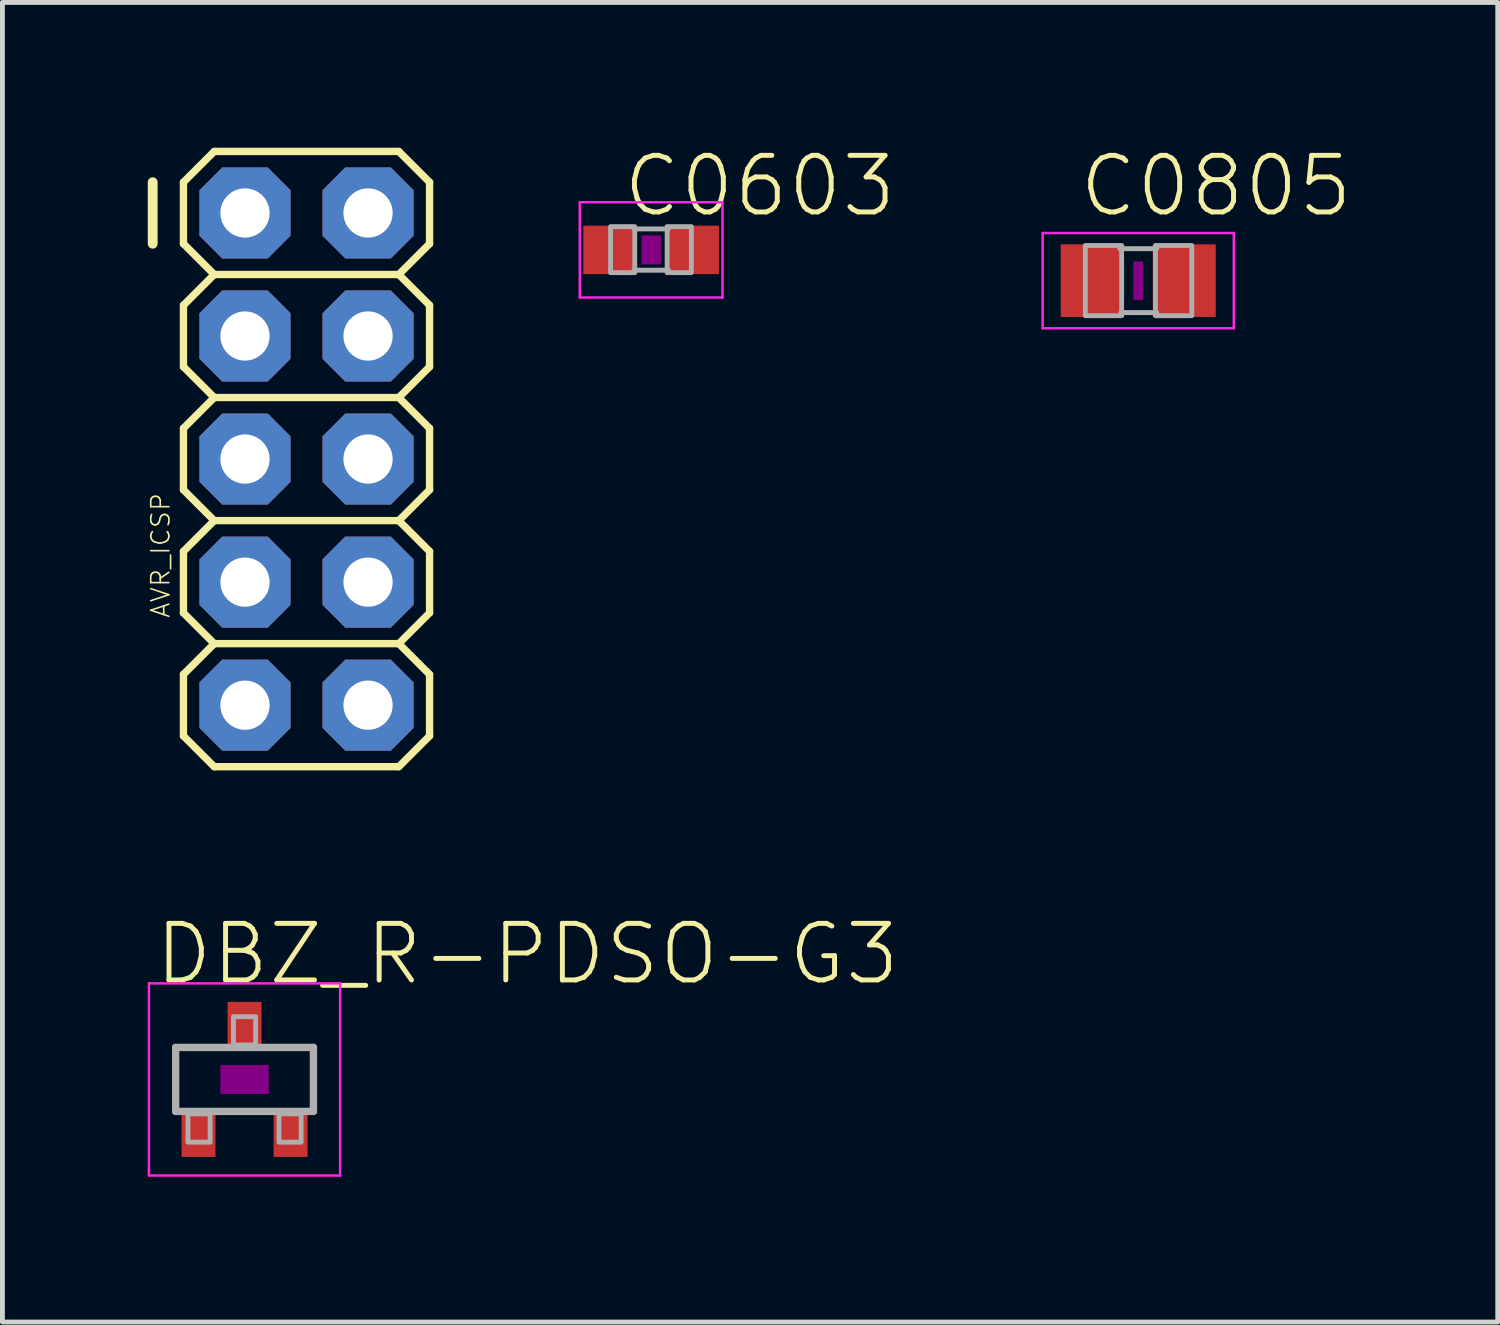
<source format=kicad_pcb>
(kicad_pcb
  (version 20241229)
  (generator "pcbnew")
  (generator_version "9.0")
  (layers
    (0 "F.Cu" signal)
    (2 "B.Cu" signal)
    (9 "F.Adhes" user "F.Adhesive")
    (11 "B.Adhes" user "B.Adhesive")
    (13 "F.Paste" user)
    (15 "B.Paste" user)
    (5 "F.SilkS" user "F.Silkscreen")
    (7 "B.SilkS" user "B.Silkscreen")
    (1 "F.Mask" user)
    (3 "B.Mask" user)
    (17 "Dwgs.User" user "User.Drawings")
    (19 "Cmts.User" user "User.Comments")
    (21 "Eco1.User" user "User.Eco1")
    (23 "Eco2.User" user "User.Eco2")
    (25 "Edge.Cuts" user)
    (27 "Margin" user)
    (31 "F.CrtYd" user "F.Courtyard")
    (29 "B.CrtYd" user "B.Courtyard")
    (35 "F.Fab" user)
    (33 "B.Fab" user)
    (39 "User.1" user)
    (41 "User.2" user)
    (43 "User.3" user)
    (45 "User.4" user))
  (footprint "C0603"
    (layer "F.Cu")
    (at 10.391 2.108)
    (property "Reference" "C0603" (at -0.635 -0.635 0) (layer "F.SilkS") (effects (font (size 1.168 1.168) (thickness 0.102)) (justify left bottom)))
    (fp_poly (pts (xy -0.2 0.3) (xy 0.2 0.3) (xy 0.2 -0.3) (xy -0.2 -0.3)) (stroke (width 0) (type solid)) (fill yes) (layer "F.Adhes"))
    (fp_line (start -1.473 -0.983) (end 1.473 -0.983) (stroke (width 0.051) (type solid)) (layer "F.CrtYd"))
    (fp_line (start -1.473 0.983) (end -1.473 -0.983) (stroke (width 0.051) (type solid)) (layer "F.CrtYd"))
    (fp_line (start 1.473 -0.983) (end 1.473 0.983) (stroke (width 0.051) (type solid)) (layer "F.CrtYd"))
    (fp_line (start 1.473 0.983) (end -1.473 0.983) (stroke (width 0.051) (type solid)) (layer "F.CrtYd"))
    (fp_line (start -0.356 -0.432) (end 0.356 -0.432) (stroke (width 0.102) (type solid)) (layer "F.Fab"))
    (fp_line (start -0.356 0.419) (end 0.356 0.419) (stroke (width 0.102) (type solid)) (layer "F.Fab"))
    (fp_poly (pts (xy -0.838 0.47) (xy -0.338 0.47) (xy -0.338 -0.48) (xy -0.838 -0.48)) (stroke (width 0.1) (type solid)) (fill no) (layer "F.Fab"))
    (fp_poly (pts (xy 0.33 0.47) (xy 0.83 0.47) (xy 0.83 -0.48) (xy 0.33 -0.48)) (stroke (width 0.1) (type solid)) (fill no) (layer "F.Fab"))
    (pad "1" smd rect (at -0.85 0) (size 1.1 1) (layers "F.Cu" "F.Mask" "F.Paste"))
    (pad "2" smd rect (at 0.85 0) (size 1.1 1) (layers "F.Cu" "F.Mask" "F.Paste")))
  (footprint "DBZ_R-PDSO-G3"
    (layer "F.Cu")
    (at 1.998 19.231)
    (property "Reference" "DBZ_R-PDSO-G3" (at -1.905 -1.905 0) (layer "F.SilkS") (effects (font (size 1.168 1.168) (thickness 0.102)) (justify left bottom)))
    (fp_poly (pts (xy -0.5 0.3) (xy 0.5 0.3) (xy 0.5 -0.3) (xy -0.5 -0.3)) (stroke (width 0) (type solid)) (fill yes) (layer "F.Adhes"))
    (fp_line (start -1.973 -1.983) (end 1.973 -1.983) (stroke (width 0.051) (type solid)) (layer "F.CrtYd"))
    (fp_line (start -1.973 1.983) (end -1.973 -1.983) (stroke (width 0.051) (type solid)) (layer "F.CrtYd"))
    (fp_line (start 1.973 -1.983) (end 1.973 1.983) (stroke (width 0.051) (type solid)) (layer "F.CrtYd"))
    (fp_line (start 1.973 1.983) (end -1.973 1.983) (stroke (width 0.051) (type solid)) (layer "F.CrtYd"))
    (fp_line (start -1.422 -0.66) (end 1.422 -0.66) (stroke (width 0.152) (type solid)) (layer "F.Fab"))
    (fp_line (start -1.422 0.66) (end -1.422 -0.66) (stroke (width 0.152) (type solid)) (layer "F.Fab"))
    (fp_line (start 1.422 -0.66) (end 1.422 0.66) (stroke (width 0.152) (type solid)) (layer "F.Fab"))
    (fp_line (start 1.422 0.66) (end -1.422 0.66) (stroke (width 0.152) (type solid)) (layer "F.Fab"))
    (fp_poly (pts (xy -1.168 1.295) (xy -0.711 1.295) (xy -0.711 0.711) (xy -1.168 0.711)) (stroke (width 0.1) (type solid)) (fill no) (layer "F.Fab"))
    (fp_poly (pts (xy -0.229 -0.711) (xy 0.229 -0.711) (xy 0.229 -1.295) (xy -0.229 -1.295)) (stroke (width 0.1) (type solid)) (fill no) (layer "F.Fab"))
    (fp_poly (pts (xy 0.711 1.295) (xy 1.168 1.295) (xy 1.168 0.711) (xy 0.711 0.711)) (stroke (width 0.1) (type solid)) (fill no) (layer "F.Fab"))
    (pad "1" smd rect (at -0.95 1.1) (size 0.7 1) (layers "F.Cu" "F.Mask" "F.Paste"))
    (pad "2" smd rect (at 0.95 1.1) (size 0.7 1) (layers "F.Cu" "F.Mask" "F.Paste"))
    (pad "3" smd rect (at 0 -1.1) (size 0.7 1) (layers "F.Cu" "F.Mask" "F.Paste")))
  (footprint "C0805"
    (layer "F.Cu")
    (at 20.445 2.743)
    (property "Reference" "C0805" (at -1.27 -1.27 0) (layer "F.SilkS") (effects (font (size 1.168 1.168) (thickness 0.102)) (justify left bottom)))
    (fp_poly (pts (xy -0.1 0.4) (xy 0.1 0.4) (xy 0.1 -0.4) (xy -0.1 -0.4)) (stroke (width 0) (type solid)) (fill yes) (layer "F.Adhes"))
    (fp_line (start -1.973 -0.983) (end 1.973 -0.983) (stroke (width 0.051) (type solid)) (layer "F.CrtYd"))
    (fp_line (start -1.973 0.983) (end -1.973 -0.983) (stroke (width 0.051) (type solid)) (layer "F.CrtYd"))
    (fp_line (start 1.973 -0.983) (end 1.973 0.983) (stroke (width 0.051) (type solid)) (layer "F.CrtYd"))
    (fp_line (start 1.973 0.983) (end -1.973 0.983) (stroke (width 0.051) (type solid)) (layer "F.CrtYd"))
    (fp_line (start -0.381 -0.66) (end 0.381 -0.66) (stroke (width 0.102) (type solid)) (layer "F.Fab"))
    (fp_line (start -0.356 0.66) (end 0.381 0.66) (stroke (width 0.102) (type solid)) (layer "F.Fab"))
    (fp_poly (pts (xy -1.092 0.724) (xy -0.342 0.724) (xy -0.342 -0.726) (xy -1.092 -0.726)) (stroke (width 0.1) (type solid)) (fill no) (layer "F.Fab"))
    (fp_poly (pts (xy 0.356 0.724) (xy 1.106 0.724) (xy 1.106 -0.726) (xy 0.356 -0.726)) (stroke (width 0.1) (type solid)) (fill no) (layer "F.Fab"))
    (pad "1" smd rect (at -0.95 0) (size 1.3 1.5) (layers "F.Cu" "F.Mask" "F.Paste"))
    (pad "2" smd rect (at 0.95 0) (size 1.3 1.5) (layers "F.Cu" "F.Mask" "F.Paste")))
  (footprint "AVR_ICSP"
    (layer "F.Cu")
    (at 3.277 6.426)
    (property "Reference" "AVR_ICSP" (at -2.794 3.302 90) (layer "F.SilkS") (effects (font (size 0.374 0.374) (thickness 0.033)) (justify left bottom)))
    (fp_line (start -3.175 -5.715) (end -3.175 -4.445) (stroke (width 0.203) (type solid)) (layer "F.SilkS"))
    (fp_line (start -2.54 -5.715) (end -2.54 -4.445) (stroke (width 0.152) (type solid)) (layer "F.SilkS"))
    (fp_line (start -2.54 -4.445) (end -1.905 -3.81) (stroke (width 0.152) (type solid)) (layer "F.SilkS"))
    (fp_line (start -2.54 -3.175) (end -2.54 -1.905) (stroke (width 0.152) (type solid)) (layer "F.SilkS"))
    (fp_line (start -2.54 -1.905) (end -1.905 -1.27) (stroke (width 0.152) (type solid)) (layer "F.SilkS"))
    (fp_line (start -2.54 -0.635) (end -2.54 0.635) (stroke (width 0.152) (type solid)) (layer "F.SilkS"))
    (fp_line (start -2.54 0.635) (end -1.905 1.27) (stroke (width 0.152) (type solid)) (layer "F.SilkS"))
    (fp_line (start -2.54 1.905) (end -2.54 3.175) (stroke (width 0.152) (type solid)) (layer "F.SilkS"))
    (fp_line (start -2.54 3.175) (end -1.905 3.81) (stroke (width 0.152) (type solid)) (layer "F.SilkS"))
    (fp_line (start -2.54 4.445) (end -2.54 5.715) (stroke (width 0.152) (type solid)) (layer "F.SilkS"))
    (fp_line (start -2.54 5.715) (end -1.905 6.35) (stroke (width 0.152) (type solid)) (layer "F.SilkS"))
    (fp_line (start -1.905 -6.35) (end -2.54 -5.715) (stroke (width 0.152) (type solid)) (layer "F.SilkS"))
    (fp_line (start -1.905 -6.35) (end 1.905 -6.35) (stroke (width 0.152) (type solid)) (layer "F.SilkS"))
    (fp_line (start -1.905 -3.81) (end -2.54 -3.175) (stroke (width 0.152) (type solid)) (layer "F.SilkS"))
    (fp_line (start -1.905 -1.27) (end -2.54 -0.635) (stroke (width 0.152) (type solid)) (layer "F.SilkS"))
    (fp_line (start -1.905 1.27) (end -2.54 1.905) (stroke (width 0.152) (type solid)) (layer "F.SilkS"))
    (fp_line (start -1.905 3.81) (end -2.54 4.445) (stroke (width 0.152) (type solid)) (layer "F.SilkS"))
    (fp_line (start 1.905 -6.35) (end 2.54 -5.715) (stroke (width 0.152) (type solid)) (layer "F.SilkS"))
    (fp_line (start 1.905 -3.81) (end -1.905 -3.81) (stroke (width 0.152) (type solid)) (layer "F.SilkS"))
    (fp_line (start 1.905 -3.81) (end 2.54 -3.175) (stroke (width 0.152) (type solid)) (layer "F.SilkS"))
    (fp_line (start 1.905 -1.27) (end -1.905 -1.27) (stroke (width 0.152) (type solid)) (layer "F.SilkS"))
    (fp_line (start 1.905 -1.27) (end 2.54 -0.635) (stroke (width 0.152) (type solid)) (layer "F.SilkS"))
    (fp_line (start 1.905 1.27) (end -1.905 1.27) (stroke (width 0.152) (type solid)) (layer "F.SilkS"))
    (fp_line (start 1.905 1.27) (end 2.54 1.905) (stroke (width 0.152) (type solid)) (layer "F.SilkS"))
    (fp_line (start 1.905 3.81) (end -1.905 3.81) (stroke (width 0.152) (type solid)) (layer "F.SilkS"))
    (fp_line (start 1.905 3.81) (end 2.54 4.445) (stroke (width 0.152) (type solid)) (layer "F.SilkS"))
    (fp_line (start 1.905 6.35) (end -1.905 6.35) (stroke (width 0.152) (type solid)) (layer "F.SilkS"))
    (fp_line (start 2.54 -5.715) (end 2.54 -4.445) (stroke (width 0.152) (type solid)) (layer "F.SilkS"))
    (fp_line (start 2.54 -4.445) (end 1.905 -3.81) (stroke (width 0.152) (type solid)) (layer "F.SilkS"))
    (fp_line (start 2.54 -3.175) (end 2.54 -1.905) (stroke (width 0.152) (type solid)) (layer "F.SilkS"))
    (fp_line (start 2.54 -1.905) (end 1.905 -1.27) (stroke (width 0.152) (type solid)) (layer "F.SilkS"))
    (fp_line (start 2.54 -0.635) (end 2.54 0.635) (stroke (width 0.152) (type solid)) (layer "F.SilkS"))
    (fp_line (start 2.54 0.635) (end 1.905 1.27) (stroke (width 0.152) (type solid)) (layer "F.SilkS"))
    (fp_line (start 2.54 1.905) (end 2.54 3.175) (stroke (width 0.152) (type solid)) (layer "F.SilkS"))
    (fp_line (start 2.54 3.175) (end 1.905 3.81) (stroke (width 0.152) (type solid)) (layer "F.SilkS"))
    (fp_line (start 2.54 4.445) (end 2.54 5.715) (stroke (width 0.152) (type solid)) (layer "F.SilkS"))
    (fp_line (start 2.54 5.715) (end 1.905 6.35) (stroke (width 0.152) (type solid)) (layer "F.SilkS"))
    (fp_poly (pts (xy -1.524 0.254) (xy -1.016 0.254) (xy -1.016 -0.254) (xy -1.524 -0.254)) (stroke (width 0) (type solid)) (fill yes) (layer "F.SilkS"))
    (fp_poly (pts (xy -1.524 -4.826) (xy -1.016 -4.826) (xy -1.016 -5.334) (xy -1.524 -5.334)) (stroke (width 0.1) (type solid)) (fill no) (layer "F.Fab"))
    (fp_poly (pts (xy -1.524 -2.286) (xy -1.016 -2.286) (xy -1.016 -2.794) (xy -1.524 -2.794)) (stroke (width 0.1) (type solid)) (fill no) (layer "F.Fab"))
    (fp_poly (pts (xy -1.524 2.794) (xy -1.016 2.794) (xy -1.016 2.286) (xy -1.524 2.286)) (stroke (width 0.1) (type solid)) (fill no) (layer "F.Fab"))
    (fp_poly (pts (xy -1.524 5.334) (xy -1.016 5.334) (xy -1.016 4.826) (xy -1.524 4.826)) (stroke (width 0.1) (type solid)) (fill no) (layer "F.Fab"))
    (fp_poly (pts (xy 1.016 -4.826) (xy 1.524 -4.826) (xy 1.524 -5.334) (xy 1.016 -5.334)) (stroke (width 0.1) (type solid)) (fill no) (layer "F.Fab"))
    (fp_poly (pts (xy 1.016 -2.286) (xy 1.524 -2.286) (xy 1.524 -2.794) (xy 1.016 -2.794)) (stroke (width 0.1) (type solid)) (fill no) (layer "F.Fab"))
    (fp_poly (pts (xy 1.016 0.254) (xy 1.524 0.254) (xy 1.524 -0.254) (xy 1.016 -0.254)) (stroke (width 0.1) (type solid)) (fill no) (layer "F.Fab"))
    (fp_poly (pts (xy 1.016 2.794) (xy 1.524 2.794) (xy 1.524 2.286) (xy 1.016 2.286)) (stroke (width 0.1) (type solid)) (fill no) (layer "F.Fab"))
    (fp_poly (pts (xy 1.016 5.334) (xy 1.524 5.334) (xy 1.524 4.826) (xy 1.016 4.826)) (stroke (width 0.1) (type solid)) (fill no) (layer "F.Fab"))
    (pad "1" thru_hole roundrect (at -1.27 -5.08 270) (size 1.88 1.88) (drill 1.016) (layers "*.Cu" "*.Mask") (roundrect_rratio 0.25) (chamfer_ratio 0.25) (chamfer top_left top_right bottom_left bottom_right))
    (pad "2" thru_hole roundrect (at 1.27 -5.08 270) (size 1.88 1.88) (drill 1.016) (layers "*.Cu" "*.Mask") (roundrect_rratio 0.25) (chamfer_ratio 0.25) (chamfer top_left top_right bottom_left bottom_right))
    (pad "3" thru_hole roundrect (at -1.27 -2.54 270) (size 1.88 1.88) (drill 1.016) (layers "*.Cu" "*.Mask") (roundrect_rratio 0.25) (chamfer_ratio 0.25) (chamfer top_left top_right bottom_left bottom_right))
    (pad "4" thru_hole roundrect (at 1.27 -2.54 270) (size 1.88 1.88) (drill 1.016) (layers "*.Cu" "*.Mask") (roundrect_rratio 0.25) (chamfer_ratio 0.25) (chamfer top_left top_right bottom_left bottom_right))
    (pad "5" thru_hole roundrect (at -1.27 0 270) (size 1.88 1.88) (drill 1.016) (layers "*.Cu" "*.Mask") (roundrect_rratio 0.25) (chamfer_ratio 0.25) (chamfer top_left top_right bottom_left bottom_right))
    (pad "6" thru_hole roundrect (at 1.27 0 270) (size 1.88 1.88) (drill 1.016) (layers "*.Cu" "*.Mask") (roundrect_rratio 0.25) (chamfer_ratio 0.25) (chamfer top_left top_right bottom_left bottom_right))
    (pad "7" thru_hole roundrect (at -1.27 2.54 270) (size 1.88 1.88) (drill 1.016) (layers "*.Cu" "*.Mask") (roundrect_rratio 0.25) (chamfer_ratio 0.25) (chamfer top_left top_right bottom_left bottom_right))
    (pad "8" thru_hole roundrect (at 1.27 2.54 270) (size 1.88 1.88) (drill 1.016) (layers "*.Cu" "*.Mask") (roundrect_rratio 0.25) (chamfer_ratio 0.25) (chamfer top_left top_right bottom_left bottom_right))
    (pad "9" thru_hole roundrect (at -1.27 5.08 270) (size 1.88 1.88) (drill 1.016) (layers "*.Cu" "*.Mask") (roundrect_rratio 0.25) (chamfer_ratio 0.25) (chamfer top_left top_right bottom_left bottom_right))
    (pad "10" thru_hole roundrect (at 1.27 5.08 270) (size 1.88 1.88) (drill 1.016) (layers "*.Cu" "*.Mask") (roundrect_rratio 0.25) (chamfer_ratio 0.25) (chamfer top_left top_right bottom_left bottom_right)))
  (gr_rect
    (start -3 -3)
    (end 27.866 24.239)
    (stroke (width 0.1) (type default))
    (fill no)
    (layer "Edge.Cuts")))
</source>
